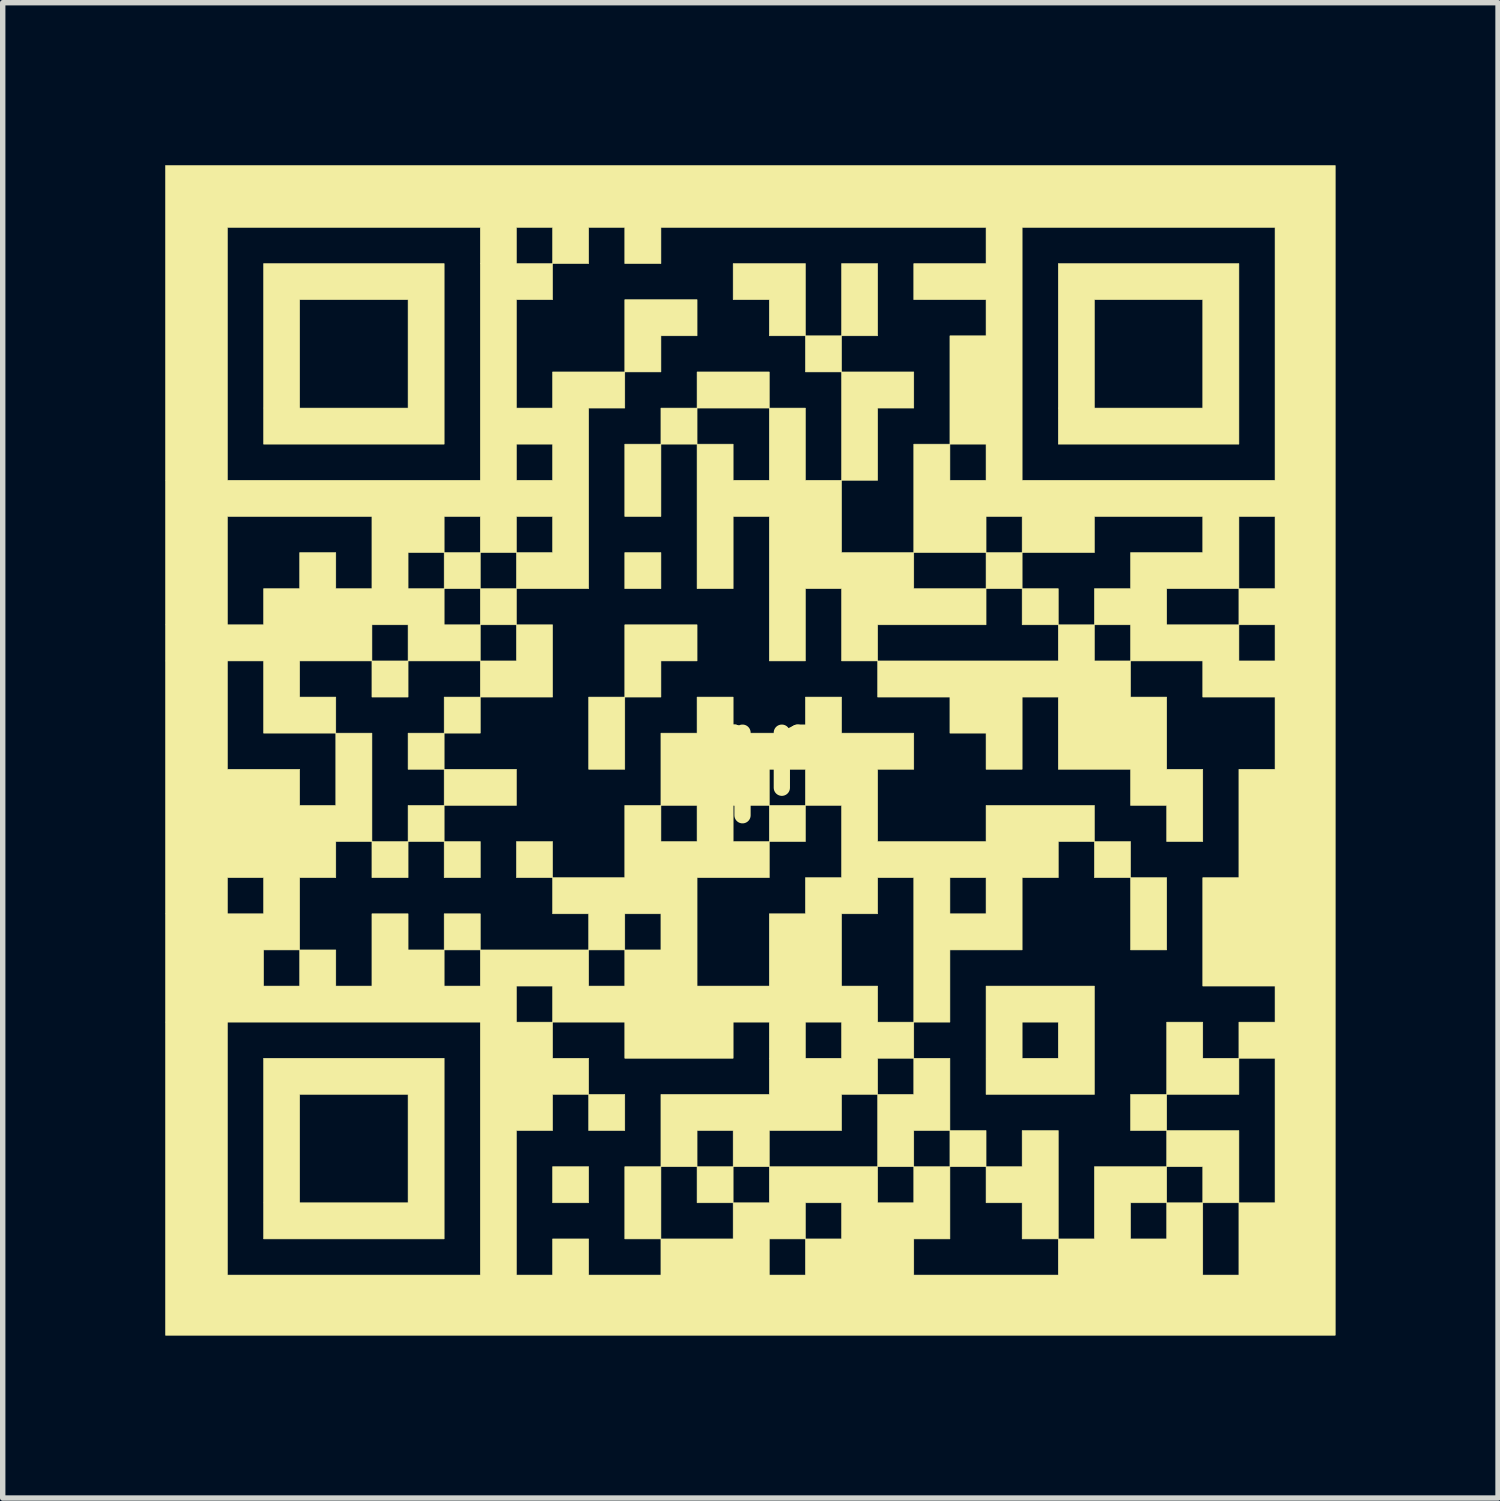
<source format=kicad_pcb>
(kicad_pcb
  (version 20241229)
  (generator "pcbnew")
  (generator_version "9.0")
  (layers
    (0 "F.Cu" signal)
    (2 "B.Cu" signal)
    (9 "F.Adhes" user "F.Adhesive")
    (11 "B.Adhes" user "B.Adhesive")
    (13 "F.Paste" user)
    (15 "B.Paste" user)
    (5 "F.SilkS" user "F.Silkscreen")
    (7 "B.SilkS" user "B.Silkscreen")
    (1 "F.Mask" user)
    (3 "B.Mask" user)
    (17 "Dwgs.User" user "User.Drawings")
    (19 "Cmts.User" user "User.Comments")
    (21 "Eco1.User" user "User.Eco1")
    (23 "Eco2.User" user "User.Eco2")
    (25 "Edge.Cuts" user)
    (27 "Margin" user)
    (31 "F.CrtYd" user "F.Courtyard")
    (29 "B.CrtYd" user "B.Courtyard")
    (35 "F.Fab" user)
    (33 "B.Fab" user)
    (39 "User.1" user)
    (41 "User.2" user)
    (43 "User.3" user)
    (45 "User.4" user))
  (footprint "qr"
    (layer "F.Cu")
    (at 10.8 10.8)
    (property "Reference" "qr" (at 0 0 0) (layer "F.SilkS") (effects (font (size 1.524 1.524) (thickness 0.3))))
    (attr through_hole)
    (fp_poly (pts (xy -6.318 -0.984) (xy -6.985 -0.984) (xy -6.985 -1.651) (xy -6.318 -1.651) (xy -6.318 -0.984)) (stroke (width 0.01) (type solid)) (fill yes) (layer "F.SilkS"))
    (fp_poly (pts (xy -6.318 0.349) (xy -6.318 -0.318) (xy -5.652 -0.318) (xy -5.652 0.349) (xy -6.318 0.349)) (stroke (width 0.01) (type solid)) (fill yes) (layer "F.SilkS"))
    (fp_poly (pts (xy -6.318 1.016) (xy -5.652 1.016) (xy -5.652 1.683) (xy -6.318 1.683) (xy -6.318 1.016)) (stroke (width 0.01) (type solid)) (fill yes) (layer "F.SilkS"))
    (fp_poly (pts (xy -6.318 2.349) (xy -6.985 2.349) (xy -6.985 1.683) (xy -6.318 1.683) (xy -6.318 2.349)) (stroke (width 0.01) (type solid)) (fill yes) (layer "F.SilkS"))
    (fp_poly (pts (xy -5.652 -2.985) (xy -5.652 -3.651) (xy -4.985 -3.651) (xy -4.985 -2.985) (xy -5.652 -2.985)) (stroke (width 0.01) (type solid)) (fill yes) (layer "F.SilkS"))
    (fp_poly (pts (xy -5.652 -0.984) (xy -4.985 -0.984) (xy -4.985 -0.318) (xy -5.652 -0.318) (xy -5.652 -0.984)) (stroke (width 0.01) (type solid)) (fill yes) (layer "F.SilkS"))
    (fp_poly (pts (xy -5.652 0.349) (xy -4.318 0.349) (xy -4.318 1.016) (xy -5.652 1.016) (xy -5.652 0.349)) (stroke (width 0.01) (type solid)) (fill yes) (layer "F.SilkS"))
    (fp_poly (pts (xy -4.985 -2.318) (xy -4.985 -2.985) (xy -4.318 -2.985) (xy -4.318 -2.318) (xy -4.985 -2.318)) (stroke (width 0.01) (type solid)) (fill yes) (layer "F.SilkS"))
    (fp_poly (pts (xy -4.985 2.349) (xy -5.652 2.349) (xy -5.652 1.683) (xy -4.985 1.683) (xy -4.985 2.349)) (stroke (width 0.01) (type solid)) (fill yes) (layer "F.SilkS"))
    (fp_poly (pts (xy -4.985 3.683) (xy -5.652 3.683) (xy -5.652 3.016) (xy -4.985 3.016) (xy -4.985 3.683)) (stroke (width 0.01) (type solid)) (fill yes) (layer "F.SilkS"))
    (fp_poly (pts (xy -3.651 2.349) (xy -4.318 2.349) (xy -4.318 1.683) (xy -3.651 1.683) (xy -3.651 2.349)) (stroke (width 0.01) (type solid)) (fill yes) (layer "F.SilkS"))
    (fp_poly (pts (xy -2.985 8.35) (xy -3.651 8.35) (xy -3.651 7.684) (xy -2.985 7.684) (xy -2.985 8.35)) (stroke (width 0.01) (type solid)) (fill yes) (layer "F.SilkS"))
    (fp_poly (pts (xy -2.318 0.349) (xy -2.985 0.349) (xy -2.985 -0.984) (xy -2.318 -0.984) (xy -2.318 0.349)) (stroke (width 0.01) (type solid)) (fill yes) (layer "F.SilkS"))
    (fp_poly (pts (xy -2.318 7.017) (xy -2.985 7.017) (xy -2.985 6.35) (xy -2.318 6.35) (xy -2.318 7.017)) (stroke (width 0.01) (type solid)) (fill yes) (layer "F.SilkS"))
    (fp_poly (pts (xy -1.651 -6.318) (xy -0.984 -6.318) (xy -0.984 -5.652) (xy -1.651 -5.652) (xy -1.651 -6.318)) (stroke (width 0.01) (type solid)) (fill yes) (layer "F.SilkS"))
    (fp_poly (pts (xy -1.651 -4.318) (xy -2.318 -4.318) (xy -2.318 -5.652) (xy -1.651 -5.652) (xy -1.651 -4.318)) (stroke (width 0.01) (type solid)) (fill yes) (layer "F.SilkS"))
    (fp_poly (pts (xy -1.651 -2.985) (xy -2.318 -2.985) (xy -2.318 -3.651) (xy -1.651 -3.651) (xy -1.651 -2.985)) (stroke (width 0.01) (type solid)) (fill yes) (layer "F.SilkS"))
    (fp_poly (pts (xy -1.651 9.017) (xy -2.318 9.017) (xy -2.318 7.684) (xy -1.651 7.684) (xy -1.651 9.017)) (stroke (width 0.01) (type solid)) (fill yes) (layer "F.SilkS"))
    (fp_poly (pts (xy -0.984 -6.985) (xy 0.349 -6.985) (xy 0.349 -6.318) (xy -0.984 -6.318) (xy -0.984 -6.985)) (stroke (width 0.01) (type solid)) (fill yes) (layer "F.SilkS"))
    (fp_poly (pts (xy -0.318 8.35) (xy -0.984 8.35) (xy -0.984 7.684) (xy -0.318 7.684) (xy -0.318 8.35)) (stroke (width 0.01) (type solid)) (fill yes) (layer "F.SilkS"))
    (fp_poly (pts (xy 1.016 1.683) (xy 0.349 1.683) (xy 0.349 1.016) (xy 1.016 1.016) (xy 1.016 1.683)) (stroke (width 0.01) (type solid)) (fill yes) (layer "F.SilkS"))
    (fp_poly (pts (xy 1.683 -8.985) (xy 2.349 -8.985) (xy 2.349 -7.652) (xy 1.683 -7.652) (xy 1.683 -8.985)) (stroke (width 0.01) (type solid)) (fill yes) (layer "F.SilkS"))
    (fp_poly (pts (xy 1.683 -6.985) (xy 1.016 -6.985) (xy 1.016 -7.652) (xy 1.683 -7.652) (xy 1.683 -6.985)) (stroke (width 0.01) (type solid)) (fill yes) (layer "F.SilkS"))
    (fp_poly (pts (xy 3.683 7.684) (xy 3.683 7.017) (xy 4.35 7.017) (xy 4.35 7.684) (xy 3.683 7.684)) (stroke (width 0.01) (type solid)) (fill yes) (layer "F.SilkS"))
    (fp_poly (pts (xy 4.35 -3.651) (xy 5.016 -3.651) (xy 5.016 -2.985) (xy 4.35 -2.985) (xy 4.35 -3.651)) (stroke (width 0.01) (type solid)) (fill yes) (layer "F.SilkS"))
    (fp_poly (pts (xy 5.016 -2.318) (xy 5.016 -2.985) (xy 5.683 -2.985) (xy 5.683 -2.318) (xy 5.016 -2.318)) (stroke (width 0.01) (type solid)) (fill yes) (layer "F.SilkS"))
    (fp_poly (pts (xy 6.35 2.349) (xy 6.35 1.683) (xy 7.017 1.683) (xy 7.017 2.349) (xy 6.35 2.349)) (stroke (width 0.01) (type solid)) (fill yes) (layer "F.SilkS"))
    (fp_poly (pts (xy 7.017 7.017) (xy 7.017 6.35) (xy 7.684 6.35) (xy 7.684 7.017) (xy 7.017 7.017)) (stroke (width 0.01) (type solid)) (fill yes) (layer "F.SilkS"))
    (fp_poly (pts (xy 7.684 2.349) (xy 7.684 3.683) (xy 7.017 3.683) (xy 7.017 2.349) (xy 7.684 2.349)) (stroke (width 0.01) (type solid)) (fill yes) (layer "F.SilkS"))
    (fp_poly (pts (xy -4.985 -1.651) (xy -4.318 -1.651) (xy -4.318 -2.318) (xy -3.651 -2.318) (xy -3.651 -0.984) (xy -4.985 -0.984) (xy -4.985 -1.651)) (stroke (width 0.01) (type solid)) (fill yes) (layer "F.SilkS"))
    (fp_poly (pts (xy -2.318 -2.318) (xy -0.984 -2.318) (xy -0.984 -1.651) (xy -1.651 -1.651) (xy -1.651 -0.984) (xy -2.318 -0.984) (xy -2.318 -2.318)) (stroke (width 0.01) (type solid)) (fill yes) (layer "F.SilkS"))
    (fp_poly (pts (xy -0.984 -7.652) (xy -1.651 -7.652) (xy -1.651 -6.985) (xy -2.318 -6.985) (xy -2.318 -8.319) (xy -0.984 -8.319) (xy -0.984 -7.652)) (stroke (width 0.01) (type solid)) (fill yes) (layer "F.SilkS"))
    (fp_poly (pts (xy 0.349 -7.652) (xy 0.349 -8.319) (xy -0.318 -8.319) (xy -0.318 -8.985) (xy 1.016 -8.985) (xy 1.016 -7.652) (xy 0.349 -7.652)) (stroke (width 0.01) (type solid)) (fill yes) (layer "F.SilkS"))
    (fp_poly (pts (xy 1.683 -6.985) (xy 3.016 -6.985) (xy 3.016 -6.318) (xy 2.349 -6.318) (xy 2.349 -4.985) (xy 1.683 -4.985) (xy 1.683 -6.985)) (stroke (width 0.01) (type solid)) (fill yes) (layer "F.SilkS"))
    (fp_poly (pts (xy 7.684 5.016) (xy 8.35 5.016) (xy 8.35 5.683) (xy 9.017 5.683) (xy 9.017 6.35) (xy 7.684 6.35) (xy 7.684 5.016)) (stroke (width 0.01) (type solid)) (fill yes) (layer "F.SilkS"))
    (fp_poly (pts (xy 9.017 7.017) (xy 9.017 8.35) (xy 8.35 8.35) (xy 8.35 7.684) (xy 7.684 7.684) (xy 7.684 7.017) (xy 9.017 7.017)) (stroke (width 0.01) (type solid)) (fill yes) (layer "F.SilkS"))
    (fp_poly (pts (xy 3.683 7.017) (xy 3.016 7.017) (xy 3.016 7.684) (xy 2.349 7.684) (xy 2.349 6.35) (xy 3.016 6.35) (xy 3.016 5.683) (xy 3.683 5.683) (xy 3.683 7.017)) (stroke (width 0.01) (type solid)) (fill yes) (layer "F.SilkS"))
    (fp_poly (pts (xy 5.016 7.684) (xy 5.016 7.017) (xy 5.683 7.017) (xy 5.683 9.017) (xy 5.016 9.017) (xy 5.016 8.35) (xy 4.35 8.35) (xy 4.35 7.684) (xy 5.016 7.684)) (stroke (width 0.01) (type solid)) (fill yes) (layer "F.SilkS"))
    (fp_poly (pts (xy -5.652 -5.652) (xy -8.985 -5.652) (xy -8.985 -8.319) (xy -8.319 -8.319) (xy -8.319 -6.318) (xy -6.318 -6.318) (xy -6.318 -8.319) (xy -8.319 -8.319) (xy -8.985 -8.319) (xy -8.985 -8.985) (xy -5.652 -8.985) (xy -5.652 -5.652)) (stroke (width 0.01) (type solid)) (fill yes) (layer "F.SilkS"))
    (fp_poly (pts (xy -5.652 9.017) (xy -8.985 9.017) (xy -8.985 6.35) (xy -8.319 6.35) (xy -8.319 8.35) (xy -6.318 8.35) (xy -6.318 6.35) (xy -8.319 6.35) (xy -8.985 6.35) (xy -8.985 5.683) (xy -5.652 5.683) (xy -5.652 9.017)) (stroke (width 0.01) (type solid)) (fill yes) (layer "F.SilkS"))
    (fp_poly (pts (xy 6.35 6.35) (xy 4.35 6.35) (xy 4.35 5.016) (xy 5.016 5.016) (xy 5.016 5.683) (xy 5.683 5.683) (xy 5.683 5.016) (xy 5.016 5.016) (xy 4.35 5.016) (xy 4.35 4.35) (xy 6.35 4.35) (xy 6.35 6.35)) (stroke (width 0.01) (type solid)) (fill yes) (layer "F.SilkS"))
    (fp_poly (pts (xy 9.017 -5.652) (xy 5.683 -5.652) (xy 5.683 -8.319) (xy 6.35 -8.319) (xy 6.35 -6.318) (xy 8.35 -6.318) (xy 8.35 -8.319) (xy 6.35 -8.319) (xy 5.683 -8.319) (xy 5.683 -8.985) (xy 9.017 -8.985) (xy 9.017 -5.652)) (stroke (width 0.01) (type solid)) (fill yes) (layer "F.SilkS"))
    (fp_poly (pts (xy 4.35 -2.318) (xy 2.349 -2.318) (xy 2.349 -1.651) (xy 1.683 -1.651) (xy 1.683 -2.985) (xy 1.016 -2.985) (xy 1.016 -1.651) (xy 0.349 -1.651) (xy 0.349 -4.318) (xy -0.318 -4.318) (xy -0.318 -2.985) (xy -0.984 -2.985) (xy -0.984 -5.652) (xy -0.318 -5.652) (xy -0.318 -4.985) (xy 0.349 -4.985) (xy 0.349 -6.318) (xy 1.016 -6.318) (xy 1.016 -4.985) (xy 1.683 -4.985) (xy 1.683 -3.651) (xy 3.016 -3.651) (xy 3.016 -2.985) (xy 4.35 -2.985) (xy 4.35 -2.318)) (stroke (width 0.01) (type solid)) (fill yes) (layer "F.SilkS"))
    (fp_poly (pts (xy 6.35 -2.318) (xy 6.35 -1.651) (xy 7.017 -1.651) (xy 7.017 -0.984) (xy 7.684 -0.984) (xy 7.684 0.349) (xy 8.35 0.349) (xy 8.35 1.683) (xy 7.684 1.683) (xy 7.684 1.016) (xy 7.017 1.016) (xy 7.017 0.349) (xy 5.683 0.349) (xy 5.683 -0.984) (xy 5.016 -0.984) (xy 5.016 0.349) (xy 4.35 0.349) (xy 4.35 -0.318) (xy 3.683 -0.318) (xy 3.683 -0.984) (xy 2.349 -0.984) (xy 2.349 -1.651) (xy 5.683 -1.651) (xy 5.683 -2.318) (xy 6.35 -2.318)) (stroke (width 0.01) (type solid)) (fill yes) (layer "F.SilkS"))
    (fp_poly (pts (xy 10.795 10.795) (xy -10.795 10.795) (xy -10.795 5.016) (xy -9.652 5.016) (xy -9.652 9.684) (xy -4.985 9.684) (xy -4.985 7.017) (xy -4.318 7.017) (xy -4.318 9.684) (xy -3.651 9.684) (xy -3.651 9.017) (xy -2.985 9.017) (xy -2.985 9.684) (xy -1.651 9.684) (xy -1.651 9.017) (xy -0.318 9.017) (xy 0.349 9.017) (xy 0.349 9.684) (xy 1.016 9.684) (xy 1.016 9.017) (xy 0.349 9.017) (xy -0.318 9.017) (xy -0.318 8.35) (xy 0.349 8.35) (xy 1.016 8.35) (xy 1.016 9.017) (xy 1.683 9.017) (xy 1.683 8.35) (xy 1.016 8.35) (xy 0.349 8.35) (xy 0.349 7.684) (xy -0.318 7.684) (xy -0.318 7.017) (xy -0.984 7.017) (xy -0.984 7.684) (xy -1.651 7.684) (xy -1.651 6.35) (xy 0.349 6.35) (xy 0.349 5.016) (xy 1.016 5.016) (xy 1.016 5.683) (xy 1.683 5.683) (xy 1.683 5.016) (xy 1.016 5.016) (xy 0.349 5.016) (xy -0.318 5.016) (xy -0.318 5.683) (xy -2.318 5.683) (xy -2.318 5.016) (xy -3.651 5.016) (xy -3.651 5.683) (xy -2.985 5.683) (xy -2.985 6.35) (xy -3.651 6.35) (xy -3.651 7.017) (xy -4.318 7.017) (xy -4.985 7.017) (xy -4.985 5.016) (xy -9.652 5.016) (xy -10.795 5.016) (xy -10.795 3.683) (xy -8.985 3.683) (xy -8.985 4.35) (xy -8.319 4.35) (xy -8.319 3.683) (xy -8.985 3.683) (xy -10.795 3.683) (xy -10.795 2.349) (xy -9.652 2.349) (xy -9.652 3.016) (xy -8.985 3.016) (xy -8.985 2.349) (xy -9.652 2.349) (xy -10.795 2.349) (xy -10.795 -1.651) (xy -9.652 -1.651) (xy -9.652 0.349) (xy -8.319 0.349) (xy -8.319 1.016) (xy -7.652 1.016) (xy -7.652 -0.318) (xy -8.985 -0.318) (xy -8.985 -1.651) (xy -8.319 -1.651) (xy -8.319 -0.984) (xy -7.652 -0.984) (xy -7.652 -0.318) (xy -6.985 -0.318) (xy -6.985 1.683) (xy -7.652 1.683) (xy -7.652 2.349) (xy -8.319 2.349) (xy -8.319 3.683) (xy -7.652 3.683) (xy -7.652 4.35) (xy -6.985 4.35) (xy -6.985 3.016) (xy -6.318 3.016) (xy -6.318 3.683) (xy -5.652 3.683) (xy -5.652 4.35) (xy -4.985 4.35) (xy -4.318 4.35) (xy -4.318 5.016) (xy -3.651 5.016) (xy -3.651 4.35) (xy -4.318 4.35) (xy -4.985 4.35) (xy -4.985 3.683) (xy -2.985 3.683) (xy -2.985 4.35) (xy -2.318 4.35) (xy -2.318 3.683) (xy -2.985 3.683) (xy -2.985 3.016) (xy -2.318 3.016) (xy -2.318 3.683) (xy -1.651 3.683) (xy -1.651 3.016) (xy -2.318 3.016) (xy -2.985 3.016) (xy -3.651 3.016) (xy -3.651 2.349) (xy -2.318 2.349) (xy -0.984 2.349) (xy -0.984 4.35) (xy 0.349 4.35) (xy 0.349 3.016) (xy 1.016 3.016) (xy 1.683 3.016) (xy 1.683 4.35) (xy 2.349 4.35) (xy 2.349 5.016) (xy 3.016 5.016) (xy 3.016 2.349) (xy 3.683 2.349) (xy 3.683 3.016) (xy 4.35 3.016) (xy 4.35 2.349) (xy 3.683 2.349) (xy 3.016 2.349) (xy 2.349 2.349) (xy 2.349 3.016) (xy 1.683 3.016) (xy 1.016 3.016) (xy 1.016 2.349) (xy 1.683 2.349) (xy 1.683 1.016) (xy 1.016 1.016) (xy 1.016 0.349) (xy 0.349 0.349) (xy 0.349 1.016) (xy -0.318 1.016) (xy -0.318 1.683) (xy 0.349 1.683) (xy 0.349 2.349) (xy -0.984 2.349) (xy -2.318 2.349) (xy -2.318 1.016) (xy -1.651 1.016) (xy -1.651 1.683) (xy -0.984 1.683) (xy -0.984 1.016) (xy -1.651 1.016) (xy -1.651 -0.318) (xy -0.984 -0.318) (xy -0.984 -0.984) (xy -0.318 -0.984) (xy -0.318 -0.318) (xy 1.016 -0.318) (xy 1.016 -0.984) (xy 1.683 -0.984) (xy 1.683 -0.318) (xy 3.016 -0.318) (xy 3.016 0.349) (xy 2.349 0.349) (xy 2.349 1.683) (xy 4.35 1.683) (xy 4.35 1.016) (xy 6.35 1.016) (xy 6.35 1.683) (xy 5.683 1.683) (xy 5.683 2.349) (xy 5.016 2.349) (xy 5.016 3.683) (xy 3.683 3.683) (xy 3.683 5.016) (xy 3.016 5.016) (xy 3.016 5.683) (xy 2.349 5.683) (xy 2.349 6.35) (xy 1.683 6.35) (xy 1.683 7.017) (xy 0.349 7.017) (xy 0.349 7.684) (xy 2.349 7.684) (xy 2.349 8.35) (xy 3.016 8.35) (xy 3.016 7.684) (xy 3.683 7.684) (xy 3.683 9.017) (xy 3.016 9.017) (xy 3.016 9.684) (xy 5.683 9.684) (xy 5.683 9.017) (xy 6.35 9.017) (xy 6.35 8.35) (xy 7.017 8.35) (xy 7.017 9.017) (xy 7.684 9.017) (xy 7.684 8.35) (xy 7.017 8.35) (xy 6.35 8.35) (xy 6.35 7.684) (xy 7.684 7.684) (xy 7.684 8.35) (xy 8.35 8.35) (xy 8.35 9.684) (xy 9.017 9.684) (xy 9.017 8.35) (xy 9.684 8.35) (xy 9.684 5.683) (xy 9.017 5.683) (xy 9.017 5.016) (xy 9.684 5.016) (xy 9.684 4.35) (xy 8.35 4.35) (xy 8.35 2.349) (xy 9.017 2.349) (xy 9.017 0.349) (xy 9.684 0.349) (xy 9.684 -0.984) (xy 8.35 -0.984) (xy 8.35 -1.651) (xy 9.017 -1.651) (xy 9.684 -1.651) (xy 9.684 -2.318) (xy 9.017 -2.318) (xy 9.017 -1.651) (xy 8.35 -1.651) (xy 7.017 -1.651) (xy 7.017 -2.318) (xy 6.35 -2.318) (xy 6.35 -2.985) (xy 7.017 -2.985) (xy 7.684 -2.985) (xy 7.684 -2.318) (xy 9.017 -2.318) (xy 9.017 -2.985) (xy 7.684 -2.985) (xy 7.017 -2.985) (xy 7.017 -3.651) (xy 8.35 -3.651) (xy 8.35 -4.318) (xy 9.017 -4.318) (xy 9.017 -2.985) (xy 9.684 -2.985) (xy 9.684 -4.318) (xy 9.017 -4.318) (xy 8.35 -4.318) (xy 6.35 -4.318) (xy 6.35 -3.651) (xy 5.016 -3.651) (xy 5.016 -4.318) (xy 4.35 -4.318) (xy 4.35 -3.651) (xy 3.016 -3.651) (xy 3.016 -5.652) (xy 3.683 -5.652) (xy 3.683 -4.985) (xy 4.35 -4.985) (xy 4.35 -5.652) (xy 3.683 -5.652) (xy 3.683 -7.652) (xy 4.35 -7.652) (xy 4.35 -8.319) (xy 3.016 -8.319) (xy 3.016 -8.985) (xy 4.35 -8.985) (xy 4.35 -9.652) (xy 5.016 -9.652) (xy 5.016 -4.985) (xy 9.684 -4.985) (xy 9.684 -9.652) (xy 5.016 -9.652) (xy 4.35 -9.652) (xy -1.651 -9.652) (xy -1.651 -8.985) (xy -2.318 -8.985) (xy -2.318 -9.652) (xy -2.985 -9.652) (xy -2.985 -8.985) (xy -3.651 -8.985) (xy -3.651 -8.319) (xy -4.318 -8.319) (xy -4.318 -6.318) (xy -3.651 -6.318) (xy -3.651 -6.985) (xy -2.318 -6.985) (xy -2.318 -6.318) (xy -2.985 -6.318) (xy -2.985 -2.985) (xy -4.318 -2.985) (xy -4.318 -3.651) (xy -4.985 -3.651) (xy -4.985 -4.318) (xy -4.318 -4.318) (xy -4.318 -3.651) (xy -3.651 -3.651) (xy -3.651 -4.318) (xy -4.318 -4.318) (xy -4.985 -4.318) (xy -5.652 -4.318) (xy -5.652 -3.651) (xy -6.318 -3.651) (xy -6.318 -2.985) (xy -5.652 -2.985) (xy -5.652 -2.318) (xy -4.985 -2.318) (xy -4.985 -1.651) (xy -6.318 -1.651) (xy -6.318 -2.318) (xy -6.985 -2.318) (xy -6.985 -1.651) (xy -8.319 -1.651) (xy -8.985 -1.651) (xy -9.652 -1.651) (xy -10.795 -1.651) (xy -10.795 -4.318) (xy -9.652 -4.318) (xy -9.652 -2.318) (xy -8.985 -2.318) (xy -8.985 -2.985) (xy -8.319 -2.985) (xy -8.319 -3.651) (xy -7.652 -3.651) (xy -7.652 -2.985) (xy -6.985 -2.985) (xy -6.985 -4.318) (xy -9.652 -4.318) (xy -10.795 -4.318) (xy -10.795 -9.652) (xy -9.652 -9.652) (xy -9.652 -4.985) (xy -4.985 -4.985) (xy -4.985 -5.652) (xy -4.318 -5.652) (xy -4.318 -4.985) (xy -3.651 -4.985) (xy -3.651 -5.652) (xy -4.318 -5.652) (xy -4.985 -5.652) (xy -4.985 -9.652) (xy -4.318 -9.652) (xy -4.318 -8.985) (xy -3.651 -8.985) (xy -3.651 -9.652) (xy -4.318 -9.652) (xy -4.985 -9.652) (xy -9.652 -9.652) (xy -10.795 -9.652) (xy -10.795 -10.795) (xy 10.795 -10.795) (xy 10.795 10.795)) (stroke (width 0.01) (type solid)) (fill yes) (layer "F.SilkS")))
  (gr_rect
    (start -3 -3)
    (end 24.6 24.6)
    (stroke (width 0.1) (type default))
    (fill no)
    (layer "Edge.Cuts")))
</source>
